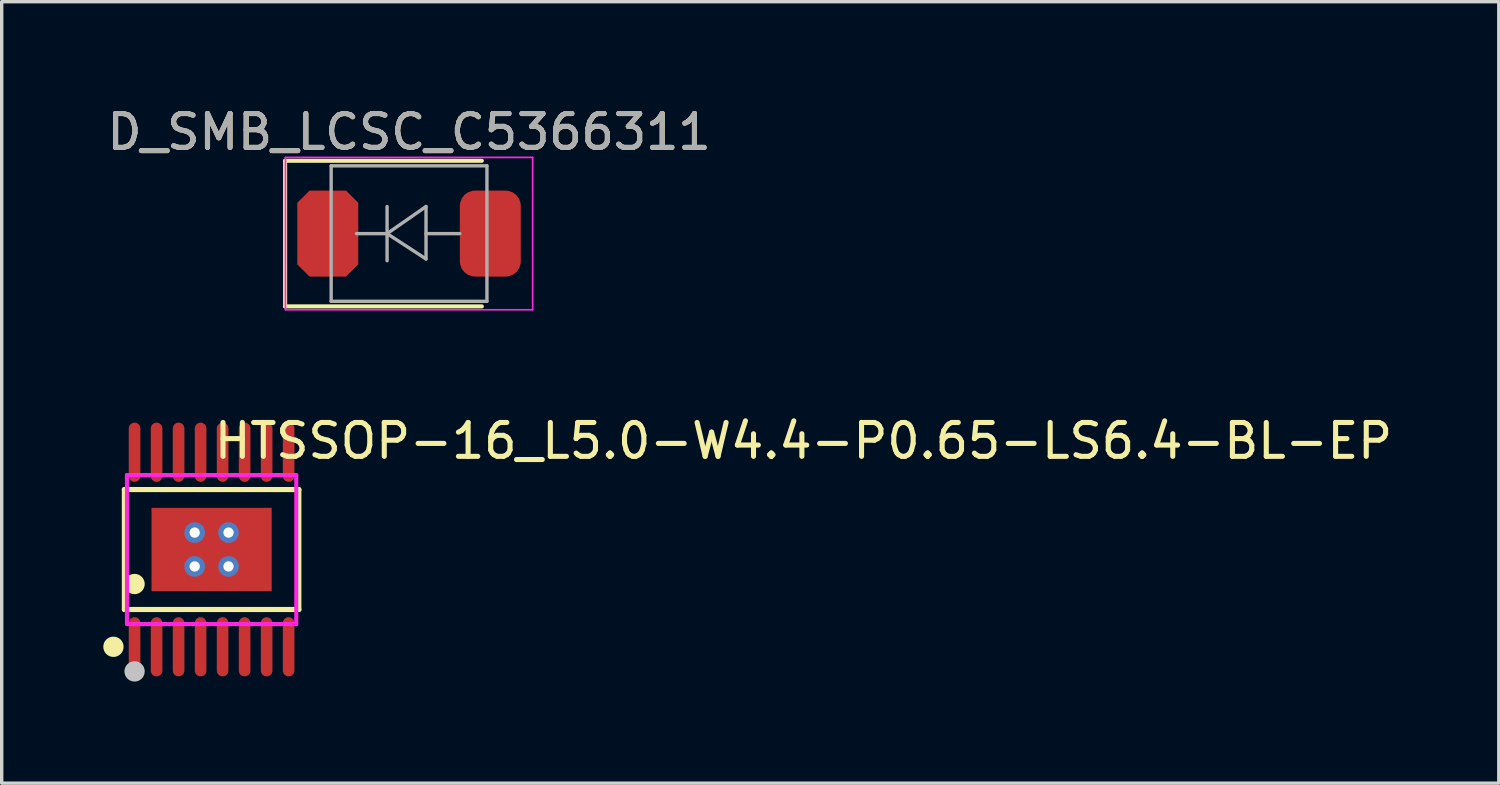
<source format=kicad_pcb>
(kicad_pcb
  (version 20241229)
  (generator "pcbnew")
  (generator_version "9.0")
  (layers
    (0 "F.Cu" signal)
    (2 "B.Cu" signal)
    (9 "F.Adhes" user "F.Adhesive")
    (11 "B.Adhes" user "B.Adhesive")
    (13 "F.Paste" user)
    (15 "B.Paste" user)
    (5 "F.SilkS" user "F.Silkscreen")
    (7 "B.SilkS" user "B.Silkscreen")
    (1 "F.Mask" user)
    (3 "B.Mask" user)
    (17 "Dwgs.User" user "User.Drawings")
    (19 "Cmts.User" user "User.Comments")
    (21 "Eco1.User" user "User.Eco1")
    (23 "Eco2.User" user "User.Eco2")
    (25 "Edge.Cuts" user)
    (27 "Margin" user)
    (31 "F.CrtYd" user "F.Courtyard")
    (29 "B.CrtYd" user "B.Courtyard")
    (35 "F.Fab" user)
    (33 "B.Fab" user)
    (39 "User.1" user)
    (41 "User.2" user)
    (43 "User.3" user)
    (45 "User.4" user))
  (footprint "HTSSOP-16_L5.0-W4.4-P0.65-LS6.4-BL-EP"
    (layer "F.Cu")
    (at 3.199 13.178)
    (property "Reference" "HTSSOP-16_L5.0-W4.4-P0.65-LS6.4-BL-EP" (at 0 -3.207 0) (layer "F.SilkS") (effects (font (size 1 1) (thickness 0.15)) (justify left)))
    (attr through_hole)
    (fp_line (start -2.576 -1.771) (end 2.576 -1.771) (stroke (width 0.152) (type solid)) (layer "F.SilkS"))
    (fp_line (start -2.576 1.771) (end -2.576 -1.771) (stroke (width 0.152) (type solid)) (layer "F.SilkS"))
    (fp_line (start 2.576 -1.771) (end 2.576 1.771) (stroke (width 0.152) (type solid)) (layer "F.SilkS"))
    (fp_line (start 2.576 1.771) (end -2.576 1.771) (stroke (width 0.152) (type solid)) (layer "F.SilkS"))
    (fp_circle (center -2.899 2.873) (end -2.749 2.873) (stroke (width 0.3) (type solid)) (fill no) (layer "F.SilkS"))
    (fp_circle (center -2.275 1.019) (end -2.125 1.019) (stroke (width 0.3) (type solid)) (fill no) (layer "F.SilkS"))
    (fp_circle (center -2.275 3.6) (end -2.125 3.6) (stroke (width 0.3) (type solid)) (fill no) (layer "Dwgs.User"))
    (fp_line (start -2.398 -2.585) (end -2.398 -2.19) (stroke (width 0.12) (type solid)) (layer "Eco2.User"))
    (fp_line (start -2.398 -2.19) (end -2.152 -2.19) (stroke (width 0.12) (type solid)) (layer "Eco2.User"))
    (fp_line (start -2.398 2.19) (end -2.152 2.19) (stroke (width 0.12) (type solid)) (layer "Eco2.User"))
    (fp_line (start -2.398 2.585) (end -2.398 2.19) (stroke (width 0.12) (type solid)) (layer "Eco2.User"))
    (fp_line (start -2.152 -2.585) (end -2.398 -2.585) (stroke (width 0.12) (type solid)) (layer "Eco2.User"))
    (fp_line (start -2.152 -2.19) (end -2.152 -2.585) (stroke (width 0.12) (type solid)) (layer "Eco2.User"))
    (fp_line (start -2.152 2.19) (end -2.152 2.585) (stroke (width 0.12) (type solid)) (layer "Eco2.User"))
    (fp_line (start -2.152 2.585) (end -2.398 2.585) (stroke (width 0.12) (type solid)) (layer "Eco2.User"))
    (fp_line (start -1.747 -2.585) (end -1.747 -2.19) (stroke (width 0.12) (type solid)) (layer "Eco2.User"))
    (fp_line (start -1.747 -2.19) (end -1.503 -2.19) (stroke (width 0.12) (type solid)) (layer "Eco2.User"))
    (fp_line (start -1.747 2.19) (end -1.503 2.19) (stroke (width 0.12) (type solid)) (layer "Eco2.User"))
    (fp_line (start -1.747 2.585) (end -1.747 2.19) (stroke (width 0.12) (type solid)) (layer "Eco2.User"))
    (fp_line (start -1.503 -2.585) (end -1.747 -2.585) (stroke (width 0.12) (type solid)) (layer "Eco2.User"))
    (fp_line (start -1.503 -2.19) (end -1.503 -2.585) (stroke (width 0.12) (type solid)) (layer "Eco2.User"))
    (fp_line (start -1.503 2.19) (end -1.503 2.585) (stroke (width 0.12) (type solid)) (layer "Eco2.User"))
    (fp_line (start -1.503 2.585) (end -1.747 2.585) (stroke (width 0.12) (type solid)) (layer "Eco2.User"))
    (fp_line (start -1.098 -2.585) (end -1.098 -2.19) (stroke (width 0.12) (type solid)) (layer "Eco2.User"))
    (fp_line (start -1.098 -2.19) (end -0.853 -2.19) (stroke (width 0.12) (type solid)) (layer "Eco2.User"))
    (fp_line (start -1.098 2.19) (end -0.853 2.19) (stroke (width 0.12) (type solid)) (layer "Eco2.User"))
    (fp_line (start -1.098 2.585) (end -1.098 2.19) (stroke (width 0.12) (type solid)) (layer "Eco2.User"))
    (fp_line (start -0.853 -2.585) (end -1.098 -2.585) (stroke (width 0.12) (type solid)) (layer "Eco2.User"))
    (fp_line (start -0.853 -2.19) (end -0.853 -2.585) (stroke (width 0.12) (type solid)) (layer "Eco2.User"))
    (fp_line (start -0.853 2.19) (end -0.853 2.585) (stroke (width 0.12) (type solid)) (layer "Eco2.User"))
    (fp_line (start -0.853 2.585) (end -1.098 2.585) (stroke (width 0.12) (type solid)) (layer "Eco2.User"))
    (fp_line (start -0.447 -2.585) (end -0.447 -2.19) (stroke (width 0.12) (type solid)) (layer "Eco2.User"))
    (fp_line (start -0.447 -2.19) (end -0.202 -2.19) (stroke (width 0.12) (type solid)) (layer "Eco2.User"))
    (fp_line (start -0.447 2.19) (end -0.202 2.19) (stroke (width 0.12) (type solid)) (layer "Eco2.User"))
    (fp_line (start -0.447 2.585) (end -0.447 2.19) (stroke (width 0.12) (type solid)) (layer "Eco2.User"))
    (fp_line (start -0.202 -2.585) (end -0.447 -2.585) (stroke (width 0.12) (type solid)) (layer "Eco2.User"))
    (fp_line (start -0.202 -2.19) (end -0.202 -2.585) (stroke (width 0.12) (type solid)) (layer "Eco2.User"))
    (fp_line (start -0.202 2.19) (end -0.202 2.585) (stroke (width 0.12) (type solid)) (layer "Eco2.User"))
    (fp_line (start -0.202 2.585) (end -0.447 2.585) (stroke (width 0.12) (type solid)) (layer "Eco2.User"))
    (fp_line (start 0.202 -2.585) (end 0.202 -2.19) (stroke (width 0.12) (type solid)) (layer "Eco2.User"))
    (fp_line (start 0.202 -2.19) (end 0.447 -2.19) (stroke (width 0.12) (type solid)) (layer "Eco2.User"))
    (fp_line (start 0.202 2.19) (end 0.447 2.19) (stroke (width 0.12) (type solid)) (layer "Eco2.User"))
    (fp_line (start 0.202 2.585) (end 0.202 2.19) (stroke (width 0.12) (type solid)) (layer "Eco2.User"))
    (fp_line (start 0.447 -2.585) (end 0.202 -2.585) (stroke (width 0.12) (type solid)) (layer "Eco2.User"))
    (fp_line (start 0.447 -2.19) (end 0.447 -2.585) (stroke (width 0.12) (type solid)) (layer "Eco2.User"))
    (fp_line (start 0.447 2.19) (end 0.447 2.585) (stroke (width 0.12) (type solid)) (layer "Eco2.User"))
    (fp_line (start 0.447 2.585) (end 0.202 2.585) (stroke (width 0.12) (type solid)) (layer "Eco2.User"))
    (fp_line (start 0.853 -2.585) (end 0.853 -2.19) (stroke (width 0.12) (type solid)) (layer "Eco2.User"))
    (fp_line (start 0.853 -2.19) (end 1.098 -2.19) (stroke (width 0.12) (type solid)) (layer "Eco2.User"))
    (fp_line (start 0.853 2.19) (end 1.098 2.19) (stroke (width 0.12) (type solid)) (layer "Eco2.User"))
    (fp_line (start 0.853 2.585) (end 0.853 2.19) (stroke (width 0.12) (type solid)) (layer "Eco2.User"))
    (fp_line (start 1.098 -2.585) (end 0.853 -2.585) (stroke (width 0.12) (type solid)) (layer "Eco2.User"))
    (fp_line (start 1.098 -2.19) (end 1.098 -2.585) (stroke (width 0.12) (type solid)) (layer "Eco2.User"))
    (fp_line (start 1.098 2.19) (end 1.098 2.585) (stroke (width 0.12) (type solid)) (layer "Eco2.User"))
    (fp_line (start 1.098 2.585) (end 0.853 2.585) (stroke (width 0.12) (type solid)) (layer "Eco2.User"))
    (fp_line (start 1.503 -2.585) (end 1.503 -2.19) (stroke (width 0.12) (type solid)) (layer "Eco2.User"))
    (fp_line (start 1.503 -2.19) (end 1.747 -2.19) (stroke (width 0.12) (type solid)) (layer "Eco2.User"))
    (fp_line (start 1.503 2.19) (end 1.747 2.19) (stroke (width 0.12) (type solid)) (layer "Eco2.User"))
    (fp_line (start 1.503 2.585) (end 1.503 2.19) (stroke (width 0.12) (type solid)) (layer "Eco2.User"))
    (fp_line (start 1.747 -2.585) (end 1.503 -2.585) (stroke (width 0.12) (type solid)) (layer "Eco2.User"))
    (fp_line (start 1.747 -2.19) (end 1.747 -2.585) (stroke (width 0.12) (type solid)) (layer "Eco2.User"))
    (fp_line (start 1.747 2.19) (end 1.747 2.585) (stroke (width 0.12) (type solid)) (layer "Eco2.User"))
    (fp_line (start 1.747 2.585) (end 1.503 2.585) (stroke (width 0.12) (type solid)) (layer "Eco2.User"))
    (fp_line (start 2.152 -2.585) (end 2.152 -2.19) (stroke (width 0.12) (type solid)) (layer "Eco2.User"))
    (fp_line (start 2.152 -2.19) (end 2.398 -2.19) (stroke (width 0.12) (type solid)) (layer "Eco2.User"))
    (fp_line (start 2.152 2.19) (end 2.398 2.19) (stroke (width 0.12) (type solid)) (layer "Eco2.User"))
    (fp_line (start 2.152 2.585) (end 2.152 2.19) (stroke (width 0.12) (type solid)) (layer "Eco2.User"))
    (fp_line (start 2.398 -2.585) (end 2.152 -2.585) (stroke (width 0.12) (type solid)) (layer "Eco2.User"))
    (fp_line (start 2.398 -2.19) (end 2.398 -2.585) (stroke (width 0.12) (type solid)) (layer "Eco2.User"))
    (fp_line (start 2.398 2.19) (end 2.398 2.585) (stroke (width 0.12) (type solid)) (layer "Eco2.User"))
    (fp_line (start 2.398 2.585) (end 2.152 2.585) (stroke (width 0.12) (type solid)) (layer "Eco2.User"))
    (fp_circle (center -2.5 3.2) (end -2.47 3.2) (stroke (width 0.06) (type solid)) (fill no) (layer "Eco2.User"))
    (fp_poly (pts (xy -2.398 -3.2) (xy -2.398 -2.575) (xy -2.152 -2.575) (xy -2.152 -3.2)) (stroke (width 0.12) (type solid)) (fill no) (layer "Eco2.User"))
    (fp_poly (pts (xy -2.398 3.2) (xy -2.398 2.575) (xy -2.152 2.575) (xy -2.152 3.2)) (stroke (width 0.12) (type solid)) (fill no) (layer "Eco2.User"))
    (fp_poly (pts (xy -1.775 -1.23) (xy 1.775 -1.23) (xy 1.775 1.23) (xy -1.775 1.23)) (stroke (width 0.12) (type solid)) (fill no) (layer "Eco2.User"))
    (fp_poly (pts (xy -1.747 -3.2) (xy -1.747 -2.575) (xy -1.503 -2.575) (xy -1.503 -3.2)) (stroke (width 0.12) (type solid)) (fill no) (layer "Eco2.User"))
    (fp_poly (pts (xy -1.747 3.2) (xy -1.747 2.575) (xy -1.503 2.575) (xy -1.503 3.2)) (stroke (width 0.12) (type solid)) (fill no) (layer "Eco2.User"))
    (fp_poly (pts (xy -1.098 -3.2) (xy -1.098 -2.575) (xy -0.853 -2.575) (xy -0.853 -3.2)) (stroke (width 0.12) (type solid)) (fill no) (layer "Eco2.User"))
    (fp_poly (pts (xy -1.098 3.2) (xy -1.098 2.575) (xy -0.853 2.575) (xy -0.853 3.2)) (stroke (width 0.12) (type solid)) (fill no) (layer "Eco2.User"))
    (fp_poly (pts (xy -0.447 -3.2) (xy -0.447 -2.575) (xy -0.202 -2.575) (xy -0.202 -3.2)) (stroke (width 0.12) (type solid)) (fill no) (layer "Eco2.User"))
    (fp_poly (pts (xy -0.447 3.2) (xy -0.447 2.575) (xy -0.202 2.575) (xy -0.202 3.2)) (stroke (width 0.12) (type solid)) (fill no) (layer "Eco2.User"))
    (fp_poly (pts (xy 0.202 -3.2) (xy 0.202 -2.575) (xy 0.447 -2.575) (xy 0.447 -3.2)) (stroke (width 0.12) (type solid)) (fill no) (layer "Eco2.User"))
    (fp_poly (pts (xy 0.202 3.2) (xy 0.202 2.575) (xy 0.447 2.575) (xy 0.447 3.2)) (stroke (width 0.12) (type solid)) (fill no) (layer "Eco2.User"))
    (fp_poly (pts (xy 0.853 -3.2) (xy 0.853 -2.575) (xy 1.098 -2.575) (xy 1.098 -3.2)) (stroke (width 0.12) (type solid)) (fill no) (layer "Eco2.User"))
    (fp_poly (pts (xy 0.853 3.2) (xy 0.853 2.575) (xy 1.098 2.575) (xy 1.098 3.2)) (stroke (width 0.12) (type solid)) (fill no) (layer "Eco2.User"))
    (fp_poly (pts (xy 1.503 -3.2) (xy 1.503 -2.575) (xy 1.747 -2.575) (xy 1.747 -3.2)) (stroke (width 0.12) (type solid)) (fill no) (layer "Eco2.User"))
    (fp_poly (pts (xy 1.503 3.2) (xy 1.503 2.575) (xy 1.747 2.575) (xy 1.747 3.2)) (stroke (width 0.12) (type solid)) (fill no) (layer "Eco2.User"))
    (fp_poly (pts (xy 2.152 -3.2) (xy 2.152 -2.575) (xy 2.398 -2.575) (xy 2.398 -3.2)) (stroke (width 0.12) (type solid)) (fill no) (layer "Eco2.User"))
    (fp_poly (pts (xy 2.152 3.2) (xy 2.152 2.575) (xy 2.398 2.575) (xy 2.398 3.2)) (stroke (width 0.12) (type solid)) (fill no) (layer "Eco2.User"))
    (fp_line (start -2.5 -2.2) (end 2.5 -2.2) (stroke (width 0.12) (type solid)) (layer "F.CrtYd"))
    (fp_line (start -2.5 2.2) (end -2.5 -2.2) (stroke (width 0.12) (type solid)) (layer "F.CrtYd"))
    (fp_line (start 2.5 -2.2) (end 2.5 2.2) (stroke (width 0.12) (type solid)) (layer "F.CrtYd"))
    (fp_line (start 2.5 2.2) (end -2.5 2.2) (stroke (width 0.12) (type solid)) (layer "F.CrtYd"))
    (pad "1" smd oval (at -2.275 2.873) (size 0.343 1.747) (layers "F.Cu" "F.Mask" "F.Paste"))
    (pad "2" smd oval (at -1.625 2.873) (size 0.343 1.747) (layers "F.Cu" "F.Mask" "F.Paste"))
    (pad "3" smd oval (at -0.975 2.873) (size 0.343 1.747) (layers "F.Cu" "F.Mask" "F.Paste"))
    (pad "4" smd oval (at -0.325 2.873) (size 0.343 1.747) (layers "F.Cu" "F.Mask" "F.Paste"))
    (pad "5" smd oval (at 0.325 2.873) (size 0.343 1.747) (layers "F.Cu" "F.Mask" "F.Paste"))
    (pad "6" smd oval (at 0.975 2.873) (size 0.343 1.747) (layers "F.Cu" "F.Mask" "F.Paste"))
    (pad "7" smd oval (at 1.625 2.873) (size 0.343 1.747) (layers "F.Cu" "F.Mask" "F.Paste"))
    (pad "8" smd oval (at 2.275 2.873) (size 0.343 1.747) (layers "F.Cu" "F.Mask" "F.Paste"))
    (pad "9" smd oval (at 2.275 -2.873) (size 0.343 1.747) (layers "F.Cu" "F.Mask" "F.Paste"))
    (pad "10" smd oval (at 1.625 -2.873) (size 0.343 1.747) (layers "F.Cu" "F.Mask" "F.Paste"))
    (pad "11" smd oval (at 0.975 -2.873) (size 0.343 1.747) (layers "F.Cu" "F.Mask" "F.Paste"))
    (pad "12" smd oval (at 0.325 -2.873) (size 0.343 1.747) (layers "F.Cu" "F.Mask" "F.Paste"))
    (pad "13" smd oval (at -0.325 -2.873) (size 0.343 1.747) (layers "F.Cu" "F.Mask" "F.Paste"))
    (pad "14" smd oval (at -0.975 -2.873) (size 0.343 1.747) (layers "F.Cu" "F.Mask" "F.Paste"))
    (pad "15" smd oval (at -1.625 -2.873) (size 0.343 1.747) (layers "F.Cu" "F.Mask" "F.Paste"))
    (pad "16" smd oval (at -2.275 -2.873) (size 0.343 1.747) (layers "F.Cu" "F.Mask" "F.Paste"))
    (pad "17" thru_hole circle (at -0.5 -0.5) (size 0.61 0.61) (drill 0.304) (layers "*.Cu" "*.Mask"))
    (pad "17" thru_hole circle (at -0.5 0.5) (size 0.61 0.61) (drill 0.304) (layers "*.Cu" "*.Mask"))
    (pad "17" smd rect (at 0 0) (size 3.55 2.46) (layers "F.Cu" "F.Mask" "F.Paste"))
    (pad "17" thru_hole circle (at 0.5 -0.5) (size 0.61 0.61) (drill 0.304) (layers "*.Cu" "*.Mask"))
    (pad "17" thru_hole circle (at 0.5 0.5) (size 0.61 0.61) (drill 0.304) (layers "*.Cu" "*.Mask")))
  (footprint "D_SMB_LCSC_C5366311"
    (layer "F.Cu")
    (at 9.03 3.848)
    (property "Reference" "D_SMB_LCSC_C5366311" (at 0 -3 0) (layer "F.SilkS") (effects (font (size 1 1) (thickness 0.15))))
    (attr smd)
    (fp_line (start -3.66 -2.15) (end -3.66 2.15) (stroke (width 0.12) (type solid)) (layer "F.SilkS"))
    (fp_line (start -3.66 -2.15) (end 2.15 -2.15) (stroke (width 0.12) (type solid)) (layer "F.SilkS"))
    (fp_line (start -3.66 2.15) (end 2.15 2.15) (stroke (width 0.12) (type solid)) (layer "F.SilkS"))
    (fp_line (start -3.65 -2.25) (end 3.65 -2.25) (stroke (width 0.05) (type solid)) (layer "F.CrtYd"))
    (fp_line (start -3.65 2.25) (end -3.65 -2.25) (stroke (width 0.05) (type solid)) (layer "F.CrtYd"))
    (fp_line (start 3.65 -2.25) (end 3.65 2.25) (stroke (width 0.05) (type solid)) (layer "F.CrtYd"))
    (fp_line (start 3.65 2.25) (end -3.65 2.25) (stroke (width 0.05) (type solid)) (layer "F.CrtYd"))
    (fp_line (start -2.3 2) (end -2.3 -2) (stroke (width 0.1) (type solid)) (layer "F.Fab"))
    (fp_line (start -0.649 -0.799) (end -0.649 0.801) (stroke (width 0.1) (type solid)) (layer "F.Fab"))
    (fp_line (start -0.649 0.001) (end -1.551 0.001) (stroke (width 0.1) (type solid)) (layer "F.Fab"))
    (fp_line (start -0.649 0.001) (end 0.501 -0.799) (stroke (width 0.1) (type solid)) (layer "F.Fab"))
    (fp_line (start -0.649 0.001) (end 0.501 0.75) (stroke (width 0.1) (type solid)) (layer "F.Fab"))
    (fp_line (start 0.501 0.001) (end 1.499 0.001) (stroke (width 0.1) (type solid)) (layer "F.Fab"))
    (fp_line (start 0.501 0.75) (end 0.501 -0.799) (stroke (width 0.1) (type solid)) (layer "F.Fab"))
    (fp_line (start 2.3 -2) (end -2.3 -2) (stroke (width 0.1) (type solid)) (layer "F.Fab"))
    (fp_line (start 2.3 -2) (end 2.3 2) (stroke (width 0.1) (type solid)) (layer "F.Fab"))
    (fp_line (start 2.3 2) (end -2.3 2) (stroke (width 0.1) (type solid)) (layer "F.Fab"))
    (fp_text user "${REFERENCE}" (at 0 -3 0) (layer "F.Fab") (effects (font (size 1 1) (thickness 0.15))))
    (pad "1" smd roundrect (at -2.4 0) (size 1.8 2.54) (layers "F.Cu" "F.Mask" "F.Paste") (roundrect_rratio 0) (chamfer_ratio 0.2) (chamfer top_left top_right bottom_left bottom_right))
    (pad "2" smd roundrect (at 2.4 0) (size 1.8 2.54) (layers "F.Cu" "F.Mask" "F.Paste") (roundrect_rratio 0.25)))
  (gr_rect
    (start -3 -3)
    (end 41.211 20.078)
    (stroke (width 0.1) (type default))
    (fill no)
    (layer "Edge.Cuts")))
</source>
